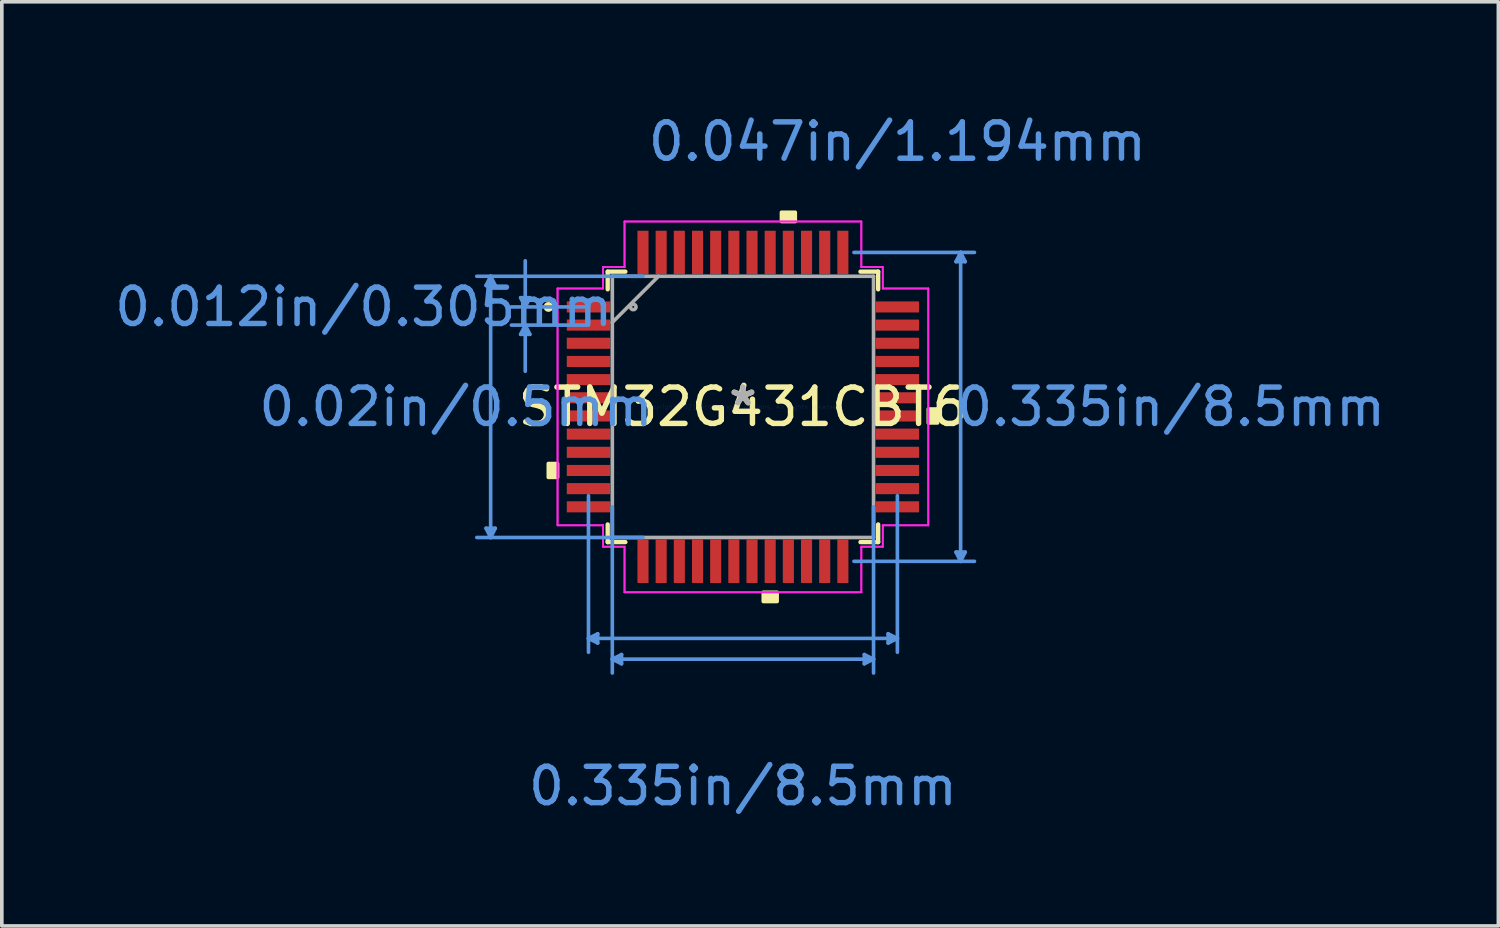
<source format=kicad_pcb>
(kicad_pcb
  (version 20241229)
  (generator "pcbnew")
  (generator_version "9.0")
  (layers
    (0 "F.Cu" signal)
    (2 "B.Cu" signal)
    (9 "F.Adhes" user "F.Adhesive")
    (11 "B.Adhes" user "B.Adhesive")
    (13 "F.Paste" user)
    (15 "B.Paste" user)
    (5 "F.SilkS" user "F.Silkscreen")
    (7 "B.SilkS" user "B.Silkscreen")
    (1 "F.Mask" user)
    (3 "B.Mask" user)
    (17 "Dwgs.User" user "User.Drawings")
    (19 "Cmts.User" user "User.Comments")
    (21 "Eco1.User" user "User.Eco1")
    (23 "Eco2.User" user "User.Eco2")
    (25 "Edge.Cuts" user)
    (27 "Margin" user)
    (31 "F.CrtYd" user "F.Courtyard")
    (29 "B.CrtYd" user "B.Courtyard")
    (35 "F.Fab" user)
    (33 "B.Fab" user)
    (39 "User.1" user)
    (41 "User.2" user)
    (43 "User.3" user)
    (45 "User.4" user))
  (footprint "STM32G431CBT6"
    (layer "F.Cu")
    (at 17.393 8.146)
    (property "Reference" "STM32G431CBT6" (at 0 0 0) (layer "F.SilkS") (effects (font (size 1 1) (thickness 0.15))))
    (attr through_hole)
    (fp_line (start -3.721 -3.721) (end -3.721 -3.235) (stroke (width 0.12) (type solid)) (layer "F.SilkS"))
    (fp_line (start -3.721 3.235) (end -3.721 3.721) (stroke (width 0.12) (type solid)) (layer "F.SilkS"))
    (fp_line (start -3.721 3.721) (end -3.235 3.721) (stroke (width 0.12) (type solid)) (layer "F.SilkS"))
    (fp_line (start -3.235 -3.721) (end -3.721 -3.721) (stroke (width 0.12) (type solid)) (layer "F.SilkS"))
    (fp_line (start 3.235 3.721) (end 3.721 3.721) (stroke (width 0.12) (type solid)) (layer "F.SilkS"))
    (fp_line (start 3.721 -3.721) (end 3.235 -3.721) (stroke (width 0.12) (type solid)) (layer "F.SilkS"))
    (fp_line (start 3.721 -3.235) (end 3.721 -3.721) (stroke (width 0.12) (type solid)) (layer "F.SilkS"))
    (fp_line (start 3.721 3.721) (end 3.721 3.235) (stroke (width 0.12) (type solid)) (layer "F.SilkS"))
    (fp_circle (center -5.351 -2.75) (end -5.275 -2.75) (stroke (width 0.12) (type solid)) (fill no) (layer "F.SilkS"))
    (fp_poly (pts (xy -5.355 1.559) (xy -5.355 1.94) (xy -5.101 1.94) (xy -5.101 1.559)) (stroke (width 0.1) (type solid)) (fill yes) (layer "F.SilkS"))
    (fp_poly (pts (xy 0.56 5.101) (xy 0.56 5.355) (xy 0.941 5.355) (xy 0.941 5.101)) (stroke (width 0.1) (type solid)) (fill yes) (layer "F.SilkS"))
    (fp_poly (pts (xy 1.06 -5.101) (xy 1.06 -5.355) (xy 1.44 -5.355) (xy 1.44 -5.101)) (stroke (width 0.1) (type solid)) (fill yes) (layer "F.SilkS"))
    (fp_poly (pts (xy 5.355 0.059) (xy 5.355 0.441) (xy 5.101 0.441) (xy 5.101 0.059)) (stroke (width 0.1) (type solid)) (fill yes) (layer "F.SilkS"))
    (fp_line (start -7.069 -3.34) (end -6.815 -3.34) (stroke (width 0.1) (type solid)) (layer "Cmts.User"))
    (fp_line (start -7.069 3.34) (end -6.815 3.34) (stroke (width 0.1) (type solid)) (layer "Cmts.User"))
    (fp_line (start -6.942 -3.594) (end -7.069 -3.34) (stroke (width 0.1) (type solid)) (layer "Cmts.User"))
    (fp_line (start -6.942 -3.594) (end -6.942 3.594) (stroke (width 0.1) (type solid)) (layer "Cmts.User"))
    (fp_line (start -6.942 -3.594) (end -6.815 -3.34) (stroke (width 0.1) (type solid)) (layer "Cmts.User"))
    (fp_line (start -6.942 3.594) (end -7.069 3.34) (stroke (width 0.1) (type solid)) (layer "Cmts.User"))
    (fp_line (start -6.942 3.594) (end -6.815 3.34) (stroke (width 0.1) (type solid)) (layer "Cmts.User"))
    (fp_line (start -6.117 -3.004) (end -5.863 -3.004) (stroke (width 0.1) (type solid)) (layer "Cmts.User"))
    (fp_line (start -6.117 -1.996) (end -5.863 -1.996) (stroke (width 0.1) (type solid)) (layer "Cmts.User"))
    (fp_line (start -5.99 -2.75) (end -6.117 -3.004) (stroke (width 0.1) (type solid)) (layer "Cmts.User"))
    (fp_line (start -5.99 -2.75) (end -5.99 -4.02) (stroke (width 0.1) (type solid)) (layer "Cmts.User"))
    (fp_line (start -5.99 -2.75) (end -5.863 -3.004) (stroke (width 0.1) (type solid)) (layer "Cmts.User"))
    (fp_line (start -5.99 -2.25) (end -6.117 -1.996) (stroke (width 0.1) (type solid)) (layer "Cmts.User"))
    (fp_line (start -5.99 -2.25) (end -5.99 -0.98) (stroke (width 0.1) (type solid)) (layer "Cmts.User"))
    (fp_line (start -5.99 -2.25) (end -5.863 -1.996) (stroke (width 0.1) (type solid)) (layer "Cmts.User"))
    (fp_line (start -4.25 -2.75) (end -6.371 -2.75) (stroke (width 0.1) (type solid)) (layer "Cmts.User"))
    (fp_line (start -4.25 -2.25) (end -6.371 -2.25) (stroke (width 0.1) (type solid)) (layer "Cmts.User"))
    (fp_line (start -4.25 2.445) (end -4.25 6.752) (stroke (width 0.1) (type solid)) (layer "Cmts.User"))
    (fp_line (start -4.25 6.371) (end -3.996 6.244) (stroke (width 0.1) (type solid)) (layer "Cmts.User"))
    (fp_line (start -4.25 6.371) (end -3.996 6.498) (stroke (width 0.1) (type solid)) (layer "Cmts.User"))
    (fp_line (start -4.25 6.371) (end 4.25 6.371) (stroke (width 0.1) (type solid)) (layer "Cmts.User"))
    (fp_line (start -3.996 6.244) (end -3.996 6.498) (stroke (width 0.1) (type solid)) (layer "Cmts.User"))
    (fp_line (start -3.594 2.75) (end -3.594 7.323) (stroke (width 0.1) (type solid)) (layer "Cmts.User"))
    (fp_line (start -3.594 6.942) (end -3.34 6.815) (stroke (width 0.1) (type solid)) (layer "Cmts.User"))
    (fp_line (start -3.594 6.942) (end -3.34 7.069) (stroke (width 0.1) (type solid)) (layer "Cmts.User"))
    (fp_line (start -3.594 6.942) (end 3.594 6.942) (stroke (width 0.1) (type solid)) (layer "Cmts.User"))
    (fp_line (start -3.34 6.815) (end -3.34 7.069) (stroke (width 0.1) (type solid)) (layer "Cmts.User"))
    (fp_line (start -2.75 -3.594) (end -7.323 -3.594) (stroke (width 0.1) (type solid)) (layer "Cmts.User"))
    (fp_line (start -2.75 3.594) (end -7.323 3.594) (stroke (width 0.1) (type solid)) (layer "Cmts.User"))
    (fp_line (start 3.055 -4.25) (end 6.371 -4.25) (stroke (width 0.1) (type solid)) (layer "Cmts.User"))
    (fp_line (start 3.055 4.25) (end 6.371 4.25) (stroke (width 0.1) (type solid)) (layer "Cmts.User"))
    (fp_line (start 3.34 6.815) (end 3.34 7.069) (stroke (width 0.1) (type solid)) (layer "Cmts.User"))
    (fp_line (start 3.594 2.75) (end 3.594 7.323) (stroke (width 0.1) (type solid)) (layer "Cmts.User"))
    (fp_line (start 3.594 6.942) (end 3.34 6.815) (stroke (width 0.1) (type solid)) (layer "Cmts.User"))
    (fp_line (start 3.594 6.942) (end 3.34 7.069) (stroke (width 0.1) (type solid)) (layer "Cmts.User"))
    (fp_line (start 3.996 6.244) (end 3.996 6.498) (stroke (width 0.1) (type solid)) (layer "Cmts.User"))
    (fp_line (start 4.25 2.445) (end 4.25 6.752) (stroke (width 0.1) (type solid)) (layer "Cmts.User"))
    (fp_line (start 4.25 6.371) (end 3.996 6.244) (stroke (width 0.1) (type solid)) (layer "Cmts.User"))
    (fp_line (start 4.25 6.371) (end 3.996 6.498) (stroke (width 0.1) (type solid)) (layer "Cmts.User"))
    (fp_line (start 5.863 -3.996) (end 6.117 -3.996) (stroke (width 0.1) (type solid)) (layer "Cmts.User"))
    (fp_line (start 5.863 3.996) (end 6.117 3.996) (stroke (width 0.1) (type solid)) (layer "Cmts.User"))
    (fp_line (start 5.99 -4.25) (end 5.863 -3.996) (stroke (width 0.1) (type solid)) (layer "Cmts.User"))
    (fp_line (start 5.99 -4.25) (end 5.99 4.25) (stroke (width 0.1) (type solid)) (layer "Cmts.User"))
    (fp_line (start 5.99 -4.25) (end 6.117 -3.996) (stroke (width 0.1) (type solid)) (layer "Cmts.User"))
    (fp_line (start 5.99 4.25) (end 5.863 3.996) (stroke (width 0.1) (type solid)) (layer "Cmts.User"))
    (fp_line (start 5.99 4.25) (end 6.117 3.996) (stroke (width 0.1) (type solid)) (layer "Cmts.User"))
    (fp_line (start -5.101 -3.258) (end -3.848 -3.258) (stroke (width 0.05) (type solid)) (layer "F.CrtYd"))
    (fp_line (start -5.101 -3.258) (end -3.848 -3.258) (stroke (width 0.05) (type solid)) (layer "F.CrtYd"))
    (fp_line (start -5.101 3.258) (end -5.101 -3.258) (stroke (width 0.05) (type solid)) (layer "F.CrtYd"))
    (fp_line (start -5.101 3.258) (end -5.101 -3.258) (stroke (width 0.05) (type solid)) (layer "F.CrtYd"))
    (fp_line (start -3.848 -3.848) (end -3.258 -3.848) (stroke (width 0.05) (type solid)) (layer "F.CrtYd"))
    (fp_line (start -3.848 -3.848) (end -3.258 -3.848) (stroke (width 0.05) (type solid)) (layer "F.CrtYd"))
    (fp_line (start -3.848 -3.258) (end -3.848 -3.848) (stroke (width 0.05) (type solid)) (layer "F.CrtYd"))
    (fp_line (start -3.848 -3.258) (end -3.848 -3.848) (stroke (width 0.05) (type solid)) (layer "F.CrtYd"))
    (fp_line (start -3.848 3.258) (end -5.101 3.258) (stroke (width 0.05) (type solid)) (layer "F.CrtYd"))
    (fp_line (start -3.848 3.258) (end -5.101 3.258) (stroke (width 0.05) (type solid)) (layer "F.CrtYd"))
    (fp_line (start -3.848 3.848) (end -3.848 3.258) (stroke (width 0.05) (type solid)) (layer "F.CrtYd"))
    (fp_line (start -3.848 3.848) (end -3.848 3.258) (stroke (width 0.05) (type solid)) (layer "F.CrtYd"))
    (fp_line (start -3.258 -5.101) (end 3.258 -5.101) (stroke (width 0.05) (type solid)) (layer "F.CrtYd"))
    (fp_line (start -3.258 -5.101) (end 3.258 -5.101) (stroke (width 0.05) (type solid)) (layer "F.CrtYd"))
    (fp_line (start -3.258 -3.848) (end -3.258 -5.101) (stroke (width 0.05) (type solid)) (layer "F.CrtYd"))
    (fp_line (start -3.258 -3.848) (end -3.258 -5.101) (stroke (width 0.05) (type solid)) (layer "F.CrtYd"))
    (fp_line (start -3.258 3.848) (end -3.848 3.848) (stroke (width 0.05) (type solid)) (layer "F.CrtYd"))
    (fp_line (start -3.258 3.848) (end -3.848 3.848) (stroke (width 0.05) (type solid)) (layer "F.CrtYd"))
    (fp_line (start -3.258 5.101) (end -3.258 3.848) (stroke (width 0.05) (type solid)) (layer "F.CrtYd"))
    (fp_line (start -3.258 5.101) (end -3.258 3.848) (stroke (width 0.05) (type solid)) (layer "F.CrtYd"))
    (fp_line (start 3.258 -5.101) (end 3.258 -3.848) (stroke (width 0.05) (type solid)) (layer "F.CrtYd"))
    (fp_line (start 3.258 -5.101) (end 3.258 -3.848) (stroke (width 0.05) (type solid)) (layer "F.CrtYd"))
    (fp_line (start 3.258 -3.848) (end 3.848 -3.848) (stroke (width 0.05) (type solid)) (layer "F.CrtYd"))
    (fp_line (start 3.258 -3.848) (end 3.848 -3.848) (stroke (width 0.05) (type solid)) (layer "F.CrtYd"))
    (fp_line (start 3.258 3.848) (end 3.258 5.101) (stroke (width 0.05) (type solid)) (layer "F.CrtYd"))
    (fp_line (start 3.258 3.848) (end 3.258 5.101) (stroke (width 0.05) (type solid)) (layer "F.CrtYd"))
    (fp_line (start 3.258 5.101) (end -3.258 5.101) (stroke (width 0.05) (type solid)) (layer "F.CrtYd"))
    (fp_line (start 3.258 5.101) (end -3.258 5.101) (stroke (width 0.05) (type solid)) (layer "F.CrtYd"))
    (fp_line (start 3.848 -3.848) (end 3.848 -3.258) (stroke (width 0.05) (type solid)) (layer "F.CrtYd"))
    (fp_line (start 3.848 -3.848) (end 3.848 -3.258) (stroke (width 0.05) (type solid)) (layer "F.CrtYd"))
    (fp_line (start 3.848 -3.258) (end 5.101 -3.258) (stroke (width 0.05) (type solid)) (layer "F.CrtYd"))
    (fp_line (start 3.848 -3.258) (end 5.101 -3.258) (stroke (width 0.05) (type solid)) (layer "F.CrtYd"))
    (fp_line (start 3.848 3.258) (end 3.848 3.848) (stroke (width 0.05) (type solid)) (layer "F.CrtYd"))
    (fp_line (start 3.848 3.258) (end 3.848 3.848) (stroke (width 0.05) (type solid)) (layer "F.CrtYd"))
    (fp_line (start 3.848 3.848) (end 3.258 3.848) (stroke (width 0.05) (type solid)) (layer "F.CrtYd"))
    (fp_line (start 3.848 3.848) (end 3.258 3.848) (stroke (width 0.05) (type solid)) (layer "F.CrtYd"))
    (fp_line (start 5.101 -3.258) (end 5.101 3.258) (stroke (width 0.05) (type solid)) (layer "F.CrtYd"))
    (fp_line (start 5.101 -3.258) (end 5.101 3.258) (stroke (width 0.05) (type solid)) (layer "F.CrtYd"))
    (fp_line (start 5.101 3.258) (end 3.848 3.258) (stroke (width 0.05) (type solid)) (layer "F.CrtYd"))
    (fp_line (start 5.101 3.258) (end 3.848 3.258) (stroke (width 0.05) (type solid)) (layer "F.CrtYd"))
    (fp_line (start -3.594 -3.594) (end -3.594 3.594) (stroke (width 0.1) (type solid)) (layer "F.Fab"))
    (fp_line (start -3.594 -2.324) (end -2.324 -3.594) (stroke (width 0.1) (type solid)) (layer "F.Fab"))
    (fp_line (start -3.594 3.594) (end 3.594 3.594) (stroke (width 0.1) (type solid)) (layer "F.Fab"))
    (fp_line (start 3.594 -3.594) (end -3.594 -3.594) (stroke (width 0.1) (type solid)) (layer "F.Fab"))
    (fp_line (start 3.594 3.594) (end 3.594 -3.594) (stroke (width 0.1) (type solid)) (layer "F.Fab"))
    (fp_circle (center -3.018 -2.75) (end -2.942 -2.75) (stroke (width 0.1) (type solid)) (fill no) (layer "F.Fab"))
    (fp_text user "*" (at 0 0 0) (layer "F.SilkS") (effects (font (size 1 1) (thickness 0.15))))
    (fp_text user "0.047in/1.194mm" (at 4.25 -7.298 0) (layer "Cmts.User") (effects (font (size 1 1) (thickness 0.15))))
    (fp_text user "0.012in/0.305mm" (at -10.435 -2.75 0) (layer "Cmts.User") (effects (font (size 1 1) (thickness 0.15))))
    (fp_text user "0.335in/8.5mm" (at 11.781 0 0) (layer "Cmts.User") (effects (font (size 1 1) (thickness 0.15))))
    (fp_text user "0.02in/0.5mm" (at -7.895 0 0) (layer "Cmts.User") (effects (font (size 1 1) (thickness 0.15))))
    (fp_text user "0.335in/8.5mm" (at 0 10.435 0) (layer "Cmts.User") (effects (font (size 1 1) (thickness 0.15))))
    (fp_text user "Copyright 2021 Accelerated Designs. All rights reserved." (at 0 0 0) (layer "Cmts.User") (effects (font (size 0.127 0.127) (thickness 0.002))))
    (fp_text user "*" (at 0 0 0) (layer "F.Fab") (effects (font (size 1 1) (thickness 0.15))))
    (pad "1" smd rect (at -4.25 -2.75) (size 1.194 0.305) (layers "F.Cu" "F.Mask" "F.Paste"))
    (pad "2" smd rect (at -4.25 -2.25) (size 1.194 0.305) (layers "F.Cu" "F.Mask" "F.Paste"))
    (pad "3" smd rect (at -4.25 -1.75) (size 1.194 0.305) (layers "F.Cu" "F.Mask" "F.Paste"))
    (pad "4" smd rect (at -4.25 -1.25) (size 1.194 0.305) (layers "F.Cu" "F.Mask" "F.Paste"))
    (pad "5" smd rect (at -4.25 -0.75) (size 1.194 0.305) (layers "F.Cu" "F.Mask" "F.Paste"))
    (pad "6" smd rect (at -4.25 -0.25) (size 1.194 0.305) (layers "F.Cu" "F.Mask" "F.Paste"))
    (pad "7" smd rect (at -4.25 0.25) (size 1.194 0.305) (layers "F.Cu" "F.Mask" "F.Paste"))
    (pad "8" smd rect (at -4.25 0.75) (size 1.194 0.305) (layers "F.Cu" "F.Mask" "F.Paste"))
    (pad "9" smd rect (at -4.25 1.25) (size 1.194 0.305) (layers "F.Cu" "F.Mask" "F.Paste"))
    (pad "10" smd rect (at -4.25 1.75) (size 1.194 0.305) (layers "F.Cu" "F.Mask" "F.Paste"))
    (pad "11" smd rect (at -4.25 2.25) (size 1.194 0.305) (layers "F.Cu" "F.Mask" "F.Paste"))
    (pad "12" smd rect (at -4.25 2.75) (size 1.194 0.305) (layers "F.Cu" "F.Mask" "F.Paste"))
    (pad "13" smd rect (at -2.75 4.25 90) (size 1.194 0.305) (layers "F.Cu" "F.Mask" "F.Paste"))
    (pad "14" smd rect (at -2.25 4.25 90) (size 1.194 0.305) (layers "F.Cu" "F.Mask" "F.Paste"))
    (pad "15" smd rect (at -1.75 4.25 90) (size 1.194 0.305) (layers "F.Cu" "F.Mask" "F.Paste"))
    (pad "16" smd rect (at -1.25 4.25 90) (size 1.194 0.305) (layers "F.Cu" "F.Mask" "F.Paste"))
    (pad "17" smd rect (at -0.75 4.25 90) (size 1.194 0.305) (layers "F.Cu" "F.Mask" "F.Paste"))
    (pad "18" smd rect (at -0.25 4.25 90) (size 1.194 0.305) (layers "F.Cu" "F.Mask" "F.Paste"))
    (pad "19" smd rect (at 0.25 4.25 90) (size 1.194 0.305) (layers "F.Cu" "F.Mask" "F.Paste"))
    (pad "20" smd rect (at 0.75 4.25 90) (size 1.194 0.305) (layers "F.Cu" "F.Mask" "F.Paste"))
    (pad "21" smd rect (at 1.25 4.25 90) (size 1.194 0.305) (layers "F.Cu" "F.Mask" "F.Paste"))
    (pad "22" smd rect (at 1.75 4.25 90) (size 1.194 0.305) (layers "F.Cu" "F.Mask" "F.Paste"))
    (pad "23" smd rect (at 2.25 4.25 90) (size 1.194 0.305) (layers "F.Cu" "F.Mask" "F.Paste"))
    (pad "24" smd rect (at 2.75 4.25 90) (size 1.194 0.305) (layers "F.Cu" "F.Mask" "F.Paste"))
    (pad "25" smd rect (at 4.25 2.75) (size 1.194 0.305) (layers "F.Cu" "F.Mask" "F.Paste"))
    (pad "26" smd rect (at 4.25 2.25) (size 1.194 0.305) (layers "F.Cu" "F.Mask" "F.Paste"))
    (pad "27" smd rect (at 4.25 1.75) (size 1.194 0.305) (layers "F.Cu" "F.Mask" "F.Paste"))
    (pad "28" smd rect (at 4.25 1.25) (size 1.194 0.305) (layers "F.Cu" "F.Mask" "F.Paste"))
    (pad "29" smd rect (at 4.25 0.75) (size 1.194 0.305) (layers "F.Cu" "F.Mask" "F.Paste"))
    (pad "30" smd rect (at 4.25 0.25) (size 1.194 0.305) (layers "F.Cu" "F.Mask" "F.Paste"))
    (pad "31" smd rect (at 4.25 -0.25) (size 1.194 0.305) (layers "F.Cu" "F.Mask" "F.Paste"))
    (pad "32" smd rect (at 4.25 -0.75) (size 1.194 0.305) (layers "F.Cu" "F.Mask" "F.Paste"))
    (pad "33" smd rect (at 4.25 -1.25) (size 1.194 0.305) (layers "F.Cu" "F.Mask" "F.Paste"))
    (pad "34" smd rect (at 4.25 -1.75) (size 1.194 0.305) (layers "F.Cu" "F.Mask" "F.Paste"))
    (pad "35" smd rect (at 4.25 -2.25) (size 1.194 0.305) (layers "F.Cu" "F.Mask" "F.Paste"))
    (pad "36" smd rect (at 4.25 -2.75) (size 1.194 0.305) (layers "F.Cu" "F.Mask" "F.Paste"))
    (pad "37" smd rect (at 2.75 -4.25 90) (size 1.194 0.305) (layers "F.Cu" "F.Mask" "F.Paste"))
    (pad "38" smd rect (at 2.25 -4.25 90) (size 1.194 0.305) (layers "F.Cu" "F.Mask" "F.Paste"))
    (pad "39" smd rect (at 1.75 -4.25 90) (size 1.194 0.305) (layers "F.Cu" "F.Mask" "F.Paste"))
    (pad "40" smd rect (at 1.25 -4.25 90) (size 1.194 0.305) (layers "F.Cu" "F.Mask" "F.Paste"))
    (pad "41" smd rect (at 0.75 -4.25 90) (size 1.194 0.305) (layers "F.Cu" "F.Mask" "F.Paste"))
    (pad "42" smd rect (at 0.25 -4.25 90) (size 1.194 0.305) (layers "F.Cu" "F.Mask" "F.Paste"))
    (pad "43" smd rect (at -0.25 -4.25 90) (size 1.194 0.305) (layers "F.Cu" "F.Mask" "F.Paste"))
    (pad "44" smd rect (at -0.75 -4.25 90) (size 1.194 0.305) (layers "F.Cu" "F.Mask" "F.Paste"))
    (pad "45" smd rect (at -1.25 -4.25 90) (size 1.194 0.305) (layers "F.Cu" "F.Mask" "F.Paste"))
    (pad "46" smd rect (at -1.75 -4.25 90) (size 1.194 0.305) (layers "F.Cu" "F.Mask" "F.Paste"))
    (pad "47" smd rect (at -2.25 -4.25 90) (size 1.194 0.305) (layers "F.Cu" "F.Mask" "F.Paste"))
    (pad "48" smd rect (at -2.75 -4.25 90) (size 1.194 0.305) (layers "F.Cu" "F.Mask" "F.Paste")))
  (gr_rect
    (start -3 -3)
    (end 38.18 22.429)
    (stroke (width 0.1) (type default))
    (fill no)
    (layer "Edge.Cuts")))
</source>
